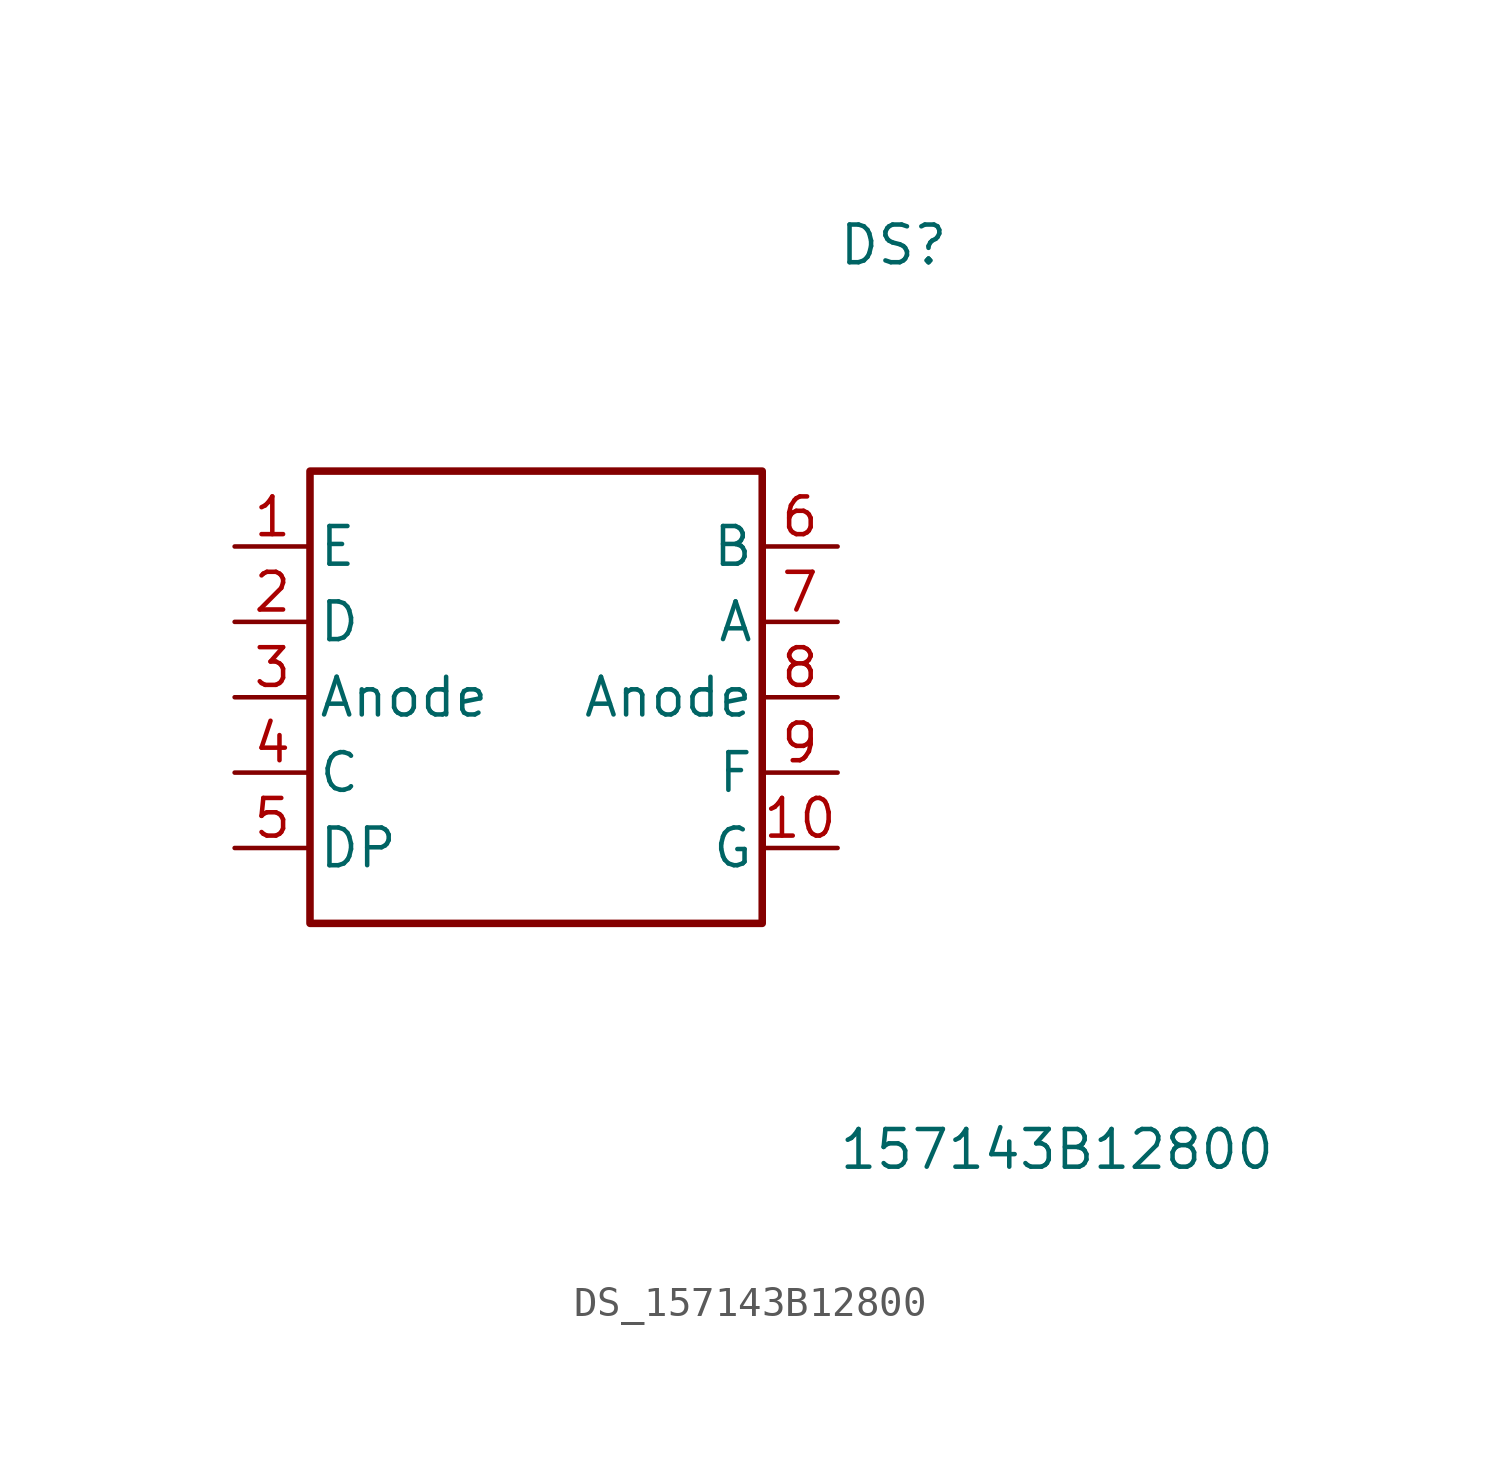
<source format=kicad_sym>
(kicad_symbol_lib
  (version 20231120)
  (generator kicad_symbol_editor)
  (generator_version 8.0)
  (symbol "DS_157143B12800"
    (pin_names
      (offset 0.254))
    (property "Reference" "DS"
      (at 10.16 15.24 0)
      (effects (font (size 1.27 1.27)) (justify left)))
    (property "Value" "157143B12800"
      (at 10.16 -15.24 0)
      (effects (font (size 1.27 1.27)) (justify left)))
    (symbol "DS_157143B12800_0_0"
      (pin unspecified line (at -10.16 5.08 0) (length 2.54) (name "E" (effects (font (size 1.27 1.27)))) (number "1" (effects (font (size 1.27 1.27)))))
      (pin unspecified line (at -10.16 2.54 0) (length 2.54) (name "D" (effects (font (size 1.27 1.27)))) (number "2" (effects (font (size 1.27 1.27)))))
      (pin unspecified line (at -10.16 0.0 0) (length 2.54) (name "Anode" (effects (font (size 1.27 1.27)))) (number "3" (effects (font (size 1.27 1.27)))))
      (pin unspecified line (at -10.16 -2.54 0) (length 2.54) (name "C" (effects (font (size 1.27 1.27)))) (number "4" (effects (font (size 1.27 1.27)))))
      (pin unspecified line (at -10.16 -5.08 0) (length 2.54) (name "DP" (effects (font (size 1.27 1.27)))) (number "5" (effects (font (size 1.27 1.27)))))
      (pin unspecified line (at 10.16 5.08 180) (length 2.54) (name "B" (effects (font (size 1.27 1.27)))) (number "6" (effects (font (size 1.27 1.27)))))
      (pin unspecified line (at 10.16 2.54 180) (length 2.54) (name "A" (effects (font (size 1.27 1.27)))) (number "7" (effects (font (size 1.27 1.27)))))
      (pin unspecified line (at 10.16 0.0 180) (length 2.54) (name "Anode" (effects (font (size 1.27 1.27)))) (number "8" (effects (font (size 1.27 1.27)))))
      (pin unspecified line (at 10.16 -2.54 180) (length 2.54) (name "F" (effects (font (size 1.27 1.27)))) (number "9" (effects (font (size 1.27 1.27)))))
      (pin unspecified line (at 10.16 -5.08 180) (length 2.54) (name "G" (effects (font (size 1.27 1.27)))) (number "10" (effects (font (size 1.27 1.27))))))
    (symbol "DS_157143B12800_1_0"
      (rectangle (start -7.62 7.62) (end 7.62 -7.62) (stroke (width 0.254) (type solid)) (fill (type none))))))
</source>
